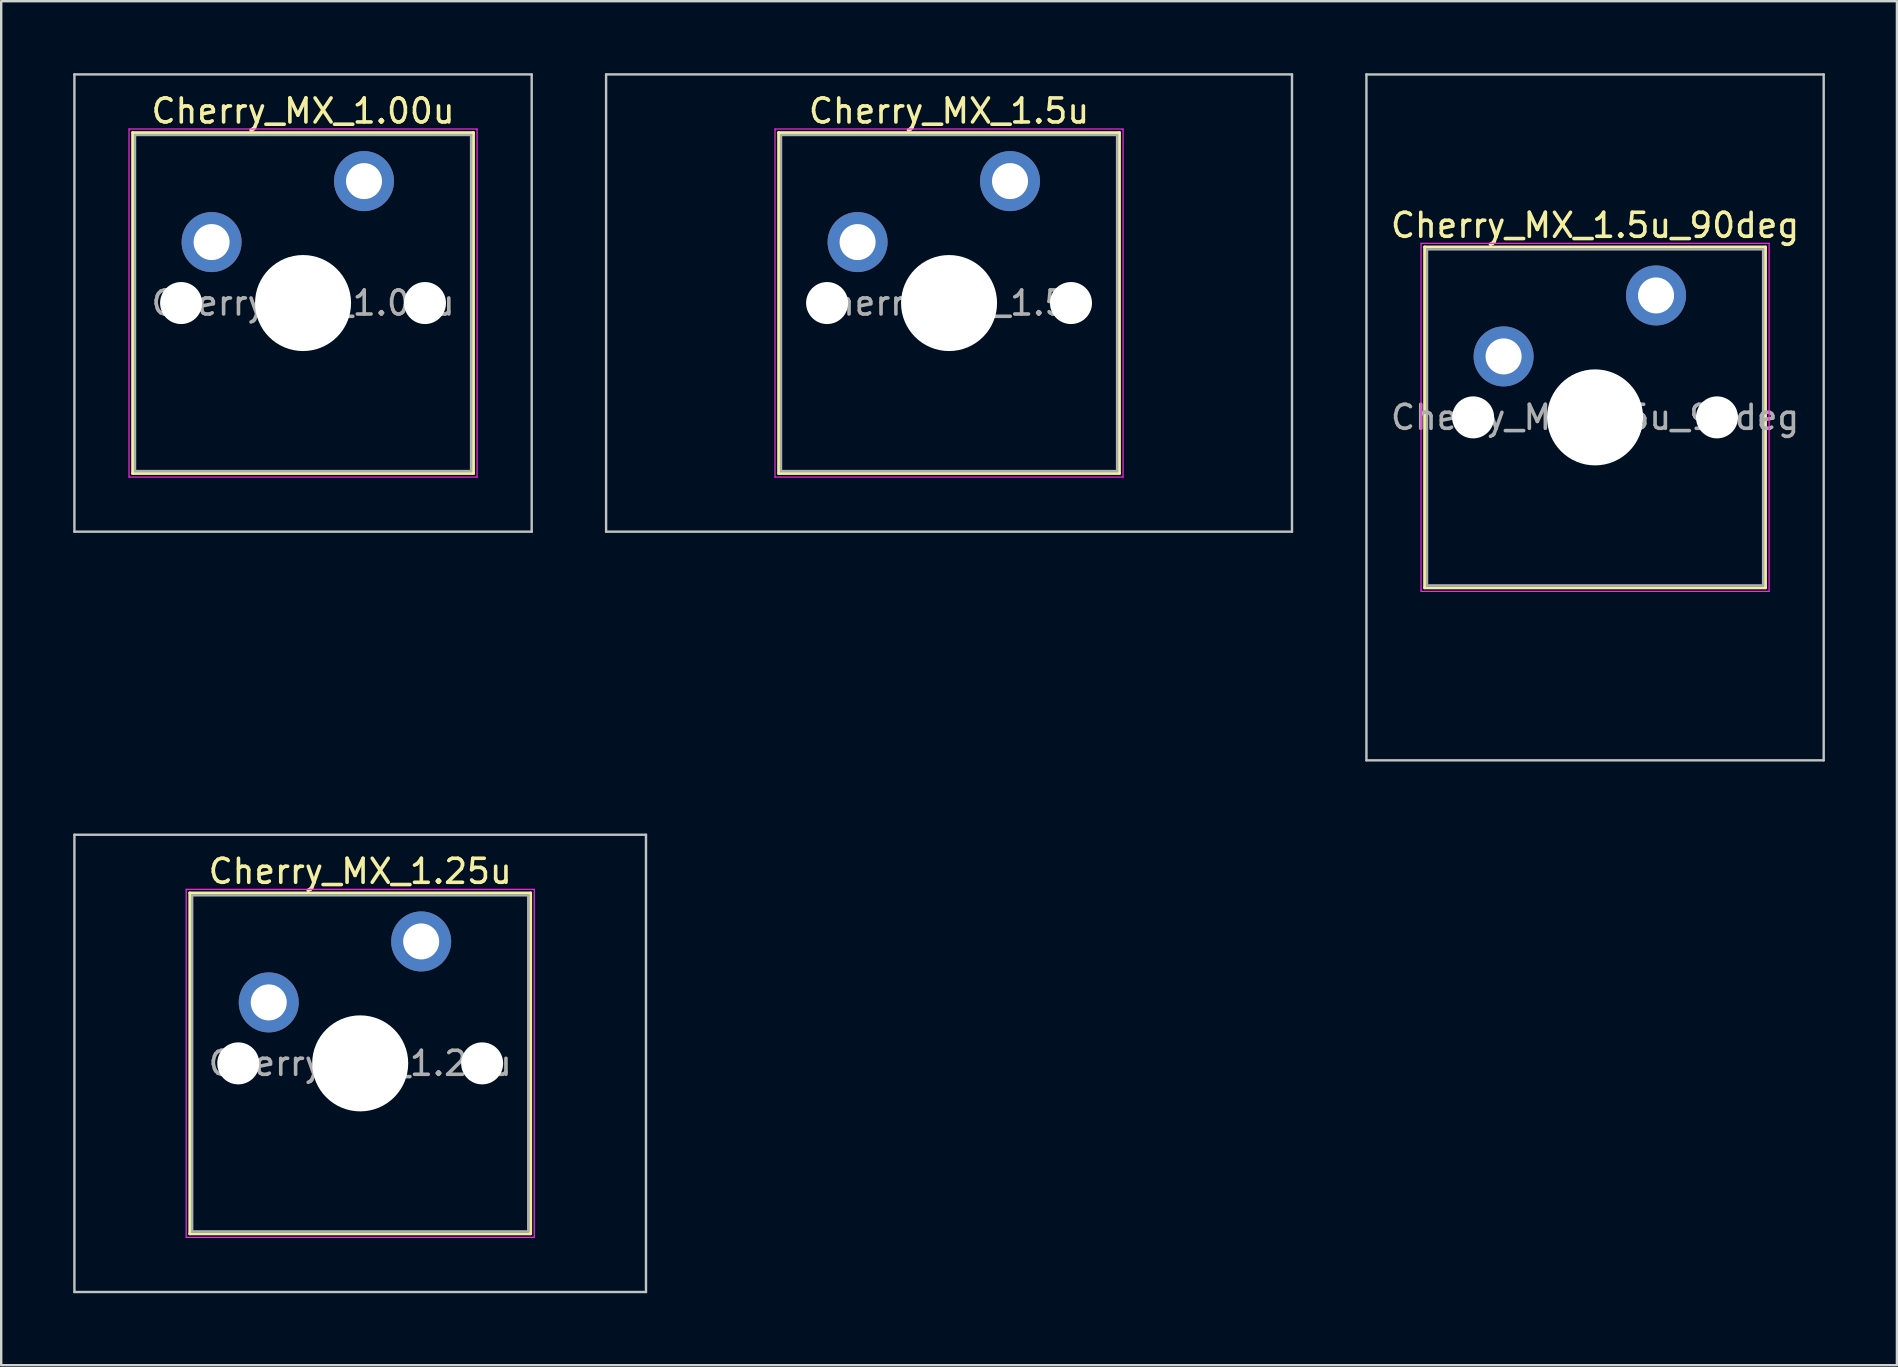
<source format=kicad_pcb>
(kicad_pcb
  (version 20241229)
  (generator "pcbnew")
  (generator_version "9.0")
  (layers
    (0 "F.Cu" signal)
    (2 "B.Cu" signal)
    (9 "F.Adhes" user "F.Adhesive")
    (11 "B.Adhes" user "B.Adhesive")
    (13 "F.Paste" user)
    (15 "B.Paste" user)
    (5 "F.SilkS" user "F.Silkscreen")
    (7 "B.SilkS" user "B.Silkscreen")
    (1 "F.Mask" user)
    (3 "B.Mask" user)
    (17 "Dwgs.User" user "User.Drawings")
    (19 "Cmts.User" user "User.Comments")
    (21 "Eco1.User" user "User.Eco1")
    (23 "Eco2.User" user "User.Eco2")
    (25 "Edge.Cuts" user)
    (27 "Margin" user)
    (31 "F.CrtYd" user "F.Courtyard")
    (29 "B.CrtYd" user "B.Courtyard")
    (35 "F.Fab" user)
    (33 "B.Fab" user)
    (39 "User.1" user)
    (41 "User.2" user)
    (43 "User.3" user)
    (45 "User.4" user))
  (footprint "Cherry_MX_1.5u_90deg"
    (layer "F.Cu")
    (at 63.4 14.338)
    (property "Reference" "Cherry_MX_1.5u_90deg" (at 0 -8 0) (layer "F.SilkS") (effects (font (size 1 1) (thickness 0.15))))
    (attr through_hole)
    (fp_line (start -7.1 -7.1) (end -7.1 7.1) (stroke (width 0.12) (type solid)) (layer "F.SilkS"))
    (fp_line (start -7.1 7.1) (end 7.1 7.1) (stroke (width 0.12) (type solid)) (layer "F.SilkS"))
    (fp_line (start 7.1 -7.1) (end -7.1 -7.1) (stroke (width 0.12) (type solid)) (layer "F.SilkS"))
    (fp_line (start 7.1 7.1) (end 7.1 -7.1) (stroke (width 0.12) (type solid)) (layer "F.SilkS"))
    (fp_line (start -9.525 -14.287) (end 9.525 -14.287) (stroke (width 0.1) (type solid)) (layer "Dwgs.User"))
    (fp_line (start -9.525 14.287) (end -9.525 -14.287) (stroke (width 0.1) (type solid)) (layer "Dwgs.User"))
    (fp_line (start 9.525 -14.287) (end 9.525 14.287) (stroke (width 0.1) (type solid)) (layer "Dwgs.User"))
    (fp_line (start 9.525 14.287) (end -9.525 14.287) (stroke (width 0.1) (type solid)) (layer "Dwgs.User"))
    (fp_line (start -7 -7) (end -7 7) (stroke (width 0.1) (type solid)) (layer "Eco1.User"))
    (fp_line (start -7 7) (end 7 7) (stroke (width 0.1) (type solid)) (layer "Eco1.User"))
    (fp_line (start 7 -7) (end -7 -7) (stroke (width 0.1) (type solid)) (layer "Eco1.User"))
    (fp_line (start 7 7) (end 7 -7) (stroke (width 0.1) (type solid)) (layer "Eco1.User"))
    (fp_line (start -7.25 -7.25) (end -7.25 7.25) (stroke (width 0.05) (type solid)) (layer "F.CrtYd"))
    (fp_line (start -7.25 7.25) (end 7.25 7.25) (stroke (width 0.05) (type solid)) (layer "F.CrtYd"))
    (fp_line (start 7.25 -7.25) (end -7.25 -7.25) (stroke (width 0.05) (type solid)) (layer "F.CrtYd"))
    (fp_line (start 7.25 7.25) (end 7.25 -7.25) (stroke (width 0.05) (type solid)) (layer "F.CrtYd"))
    (fp_line (start -7 -7) (end -7 7) (stroke (width 0.1) (type solid)) (layer "F.Fab"))
    (fp_line (start -7 7) (end 7 7) (stroke (width 0.1) (type solid)) (layer "F.Fab"))
    (fp_line (start 7 -7) (end -7 -7) (stroke (width 0.1) (type solid)) (layer "F.Fab"))
    (fp_line (start 7 7) (end 7 -7) (stroke (width 0.1) (type solid)) (layer "F.Fab"))
    (fp_text user "${REFERENCE}" (at 0 0 0) (layer "F.Fab") (effects (font (size 1 1) (thickness 0.15))))
    (pad "" np_thru_hole circle (at -5.08 0) (size 1.75 1.75) (drill 1.75) (layers "*.Cu" "*.Mask"))
    (pad "" np_thru_hole circle (at 0 0) (size 4 4) (drill 4) (layers "*.Cu" "*.Mask"))
    (pad "" np_thru_hole circle (at 5.08 0) (size 1.75 1.75) (drill 1.75) (layers "*.Cu" "*.Mask"))
    (pad "1" thru_hole circle (at -3.81 -2.54) (size 2.5 2.5) (drill 1.5) (layers "*.Cu" "*.Mask"))
    (pad "2" thru_hole circle (at 2.54 -5.08) (size 2.5 2.5) (drill 1.5) (layers "*.Cu" "*.Mask")))
  (footprint "Cherry_MX_1.25u"
    (layer "F.Cu")
    (at 11.956 41.25)
    (property "Reference" "Cherry_MX_1.25u" (at 0 -8 0) (layer "F.SilkS") (effects (font (size 1 1) (thickness 0.15))))
    (attr through_hole)
    (fp_line (start -7.1 -7.1) (end -7.1 7.1) (stroke (width 0.12) (type solid)) (layer "F.SilkS"))
    (fp_line (start -7.1 7.1) (end 7.1 7.1) (stroke (width 0.12) (type solid)) (layer "F.SilkS"))
    (fp_line (start 7.1 -7.1) (end -7.1 -7.1) (stroke (width 0.12) (type solid)) (layer "F.SilkS"))
    (fp_line (start 7.1 7.1) (end 7.1 -7.1) (stroke (width 0.12) (type solid)) (layer "F.SilkS"))
    (fp_line (start -11.906 -9.525) (end -11.906 9.525) (stroke (width 0.1) (type solid)) (layer "Dwgs.User"))
    (fp_line (start -11.906 9.525) (end 11.906 9.525) (stroke (width 0.1) (type solid)) (layer "Dwgs.User"))
    (fp_line (start 11.906 -9.525) (end -11.906 -9.525) (stroke (width 0.1) (type solid)) (layer "Dwgs.User"))
    (fp_line (start 11.906 9.525) (end 11.906 -9.525) (stroke (width 0.1) (type solid)) (layer "Dwgs.User"))
    (fp_line (start -7 -7) (end -7 7) (stroke (width 0.1) (type solid)) (layer "Eco1.User"))
    (fp_line (start -7 7) (end 7 7) (stroke (width 0.1) (type solid)) (layer "Eco1.User"))
    (fp_line (start 7 -7) (end -7 -7) (stroke (width 0.1) (type solid)) (layer "Eco1.User"))
    (fp_line (start 7 7) (end 7 -7) (stroke (width 0.1) (type solid)) (layer "Eco1.User"))
    (fp_line (start -7.25 -7.25) (end -7.25 7.25) (stroke (width 0.05) (type solid)) (layer "F.CrtYd"))
    (fp_line (start -7.25 7.25) (end 7.25 7.25) (stroke (width 0.05) (type solid)) (layer "F.CrtYd"))
    (fp_line (start 7.25 -7.25) (end -7.25 -7.25) (stroke (width 0.05) (type solid)) (layer "F.CrtYd"))
    (fp_line (start 7.25 7.25) (end 7.25 -7.25) (stroke (width 0.05) (type solid)) (layer "F.CrtYd"))
    (fp_line (start -7 -7) (end -7 7) (stroke (width 0.1) (type solid)) (layer "F.Fab"))
    (fp_line (start -7 7) (end 7 7) (stroke (width 0.1) (type solid)) (layer "F.Fab"))
    (fp_line (start 7 -7) (end -7 -7) (stroke (width 0.1) (type solid)) (layer "F.Fab"))
    (fp_line (start 7 7) (end 7 -7) (stroke (width 0.1) (type solid)) (layer "F.Fab"))
    (fp_text user "${REFERENCE}" (at 0 0 0) (layer "F.Fab") (effects (font (size 1 1) (thickness 0.15))))
    (pad "" np_thru_hole circle (at -5.08 0) (size 1.75 1.75) (drill 1.75) (layers "*.Cu" "*.Mask"))
    (pad "" np_thru_hole circle (at 0 0) (size 4 4) (drill 4) (layers "*.Cu" "*.Mask"))
    (pad "" np_thru_hole circle (at 5.08 0) (size 1.75 1.75) (drill 1.75) (layers "*.Cu" "*.Mask"))
    (pad "1" thru_hole circle (at -3.81 -2.54) (size 2.5 2.5) (drill 1.5) (layers "*.Cu" "*.Mask"))
    (pad "2" thru_hole circle (at 2.54 -5.08) (size 2.5 2.5) (drill 1.5) (layers "*.Cu" "*.Mask")))
  (footprint "Cherry_MX_1.00u"
    (layer "F.Cu")
    (at 9.575 9.575)
    (property "Reference" "Cherry_MX_1.00u" (at 0 -8 0) (layer "F.SilkS") (effects (font (size 1 1) (thickness 0.15))))
    (attr through_hole)
    (fp_line (start -7.1 -7.1) (end -7.1 7.1) (stroke (width 0.12) (type solid)) (layer "F.SilkS"))
    (fp_line (start -7.1 7.1) (end 7.1 7.1) (stroke (width 0.12) (type solid)) (layer "F.SilkS"))
    (fp_line (start 7.1 -7.1) (end -7.1 -7.1) (stroke (width 0.12) (type solid)) (layer "F.SilkS"))
    (fp_line (start 7.1 7.1) (end 7.1 -7.1) (stroke (width 0.12) (type solid)) (layer "F.SilkS"))
    (fp_line (start -9.525 -9.525) (end -9.525 9.525) (stroke (width 0.1) (type solid)) (layer "Dwgs.User"))
    (fp_line (start -9.525 9.525) (end 9.525 9.525) (stroke (width 0.1) (type solid)) (layer "Dwgs.User"))
    (fp_line (start 9.525 -9.525) (end -9.525 -9.525) (stroke (width 0.1) (type solid)) (layer "Dwgs.User"))
    (fp_line (start 9.525 9.525) (end 9.525 -9.525) (stroke (width 0.1) (type solid)) (layer "Dwgs.User"))
    (fp_line (start -7 -7) (end -7 7) (stroke (width 0.1) (type solid)) (layer "Eco1.User"))
    (fp_line (start -7 7) (end 7 7) (stroke (width 0.1) (type solid)) (layer "Eco1.User"))
    (fp_line (start 7 -7) (end -7 -7) (stroke (width 0.1) (type solid)) (layer "Eco1.User"))
    (fp_line (start 7 7) (end 7 -7) (stroke (width 0.1) (type solid)) (layer "Eco1.User"))
    (fp_line (start -7.25 -7.25) (end -7.25 7.25) (stroke (width 0.05) (type solid)) (layer "F.CrtYd"))
    (fp_line (start -7.25 7.25) (end 7.25 7.25) (stroke (width 0.05) (type solid)) (layer "F.CrtYd"))
    (fp_line (start 7.25 -7.25) (end -7.25 -7.25) (stroke (width 0.05) (type solid)) (layer "F.CrtYd"))
    (fp_line (start 7.25 7.25) (end 7.25 -7.25) (stroke (width 0.05) (type solid)) (layer "F.CrtYd"))
    (fp_line (start -7 -7) (end -7 7) (stroke (width 0.1) (type solid)) (layer "F.Fab"))
    (fp_line (start -7 7) (end 7 7) (stroke (width 0.1) (type solid)) (layer "F.Fab"))
    (fp_line (start 7 -7) (end -7 -7) (stroke (width 0.1) (type solid)) (layer "F.Fab"))
    (fp_line (start 7 7) (end 7 -7) (stroke (width 0.1) (type solid)) (layer "F.Fab"))
    (fp_text user "${REFERENCE}" (at 0 0 0) (layer "F.Fab") (effects (font (size 1 1) (thickness 0.15))))
    (pad "" np_thru_hole circle (at -5.08 0) (size 1.75 1.75) (drill 1.75) (layers "*.Cu" "*.Mask"))
    (pad "" np_thru_hole circle (at 0 0) (size 4 4) (drill 4) (layers "*.Cu" "*.Mask"))
    (pad "" np_thru_hole circle (at 5.08 0) (size 1.75 1.75) (drill 1.75) (layers "*.Cu" "*.Mask"))
    (pad "1" thru_hole circle (at -3.81 -2.54) (size 2.5 2.5) (drill 1.5) (layers "*.Cu" "*.Mask"))
    (pad "2" thru_hole circle (at 2.54 -5.08) (size 2.5 2.5) (drill 1.5) (layers "*.Cu" "*.Mask")))
  (footprint "Cherry_MX_1.5u"
    (layer "F.Cu")
    (at 36.487 9.575)
    (property "Reference" "Cherry_MX_1.5u" (at 0 -8 0) (layer "F.SilkS") (effects (font (size 1 1) (thickness 0.15))))
    (attr through_hole)
    (fp_line (start -7.1 -7.1) (end -7.1 7.1) (stroke (width 0.12) (type solid)) (layer "F.SilkS"))
    (fp_line (start -7.1 7.1) (end 7.1 7.1) (stroke (width 0.12) (type solid)) (layer "F.SilkS"))
    (fp_line (start 7.1 -7.1) (end -7.1 -7.1) (stroke (width 0.12) (type solid)) (layer "F.SilkS"))
    (fp_line (start 7.1 7.1) (end 7.1 -7.1) (stroke (width 0.12) (type solid)) (layer "F.SilkS"))
    (fp_line (start -14.287 -9.525) (end -14.287 9.525) (stroke (width 0.1) (type solid)) (layer "Dwgs.User"))
    (fp_line (start -14.287 9.525) (end 14.287 9.525) (stroke (width 0.1) (type solid)) (layer "Dwgs.User"))
    (fp_line (start 14.287 -9.525) (end -14.287 -9.525) (stroke (width 0.1) (type solid)) (layer "Dwgs.User"))
    (fp_line (start 14.287 9.525) (end 14.287 -9.525) (stroke (width 0.1) (type solid)) (layer "Dwgs.User"))
    (fp_line (start -7 -7) (end -7 7) (stroke (width 0.1) (type solid)) (layer "Eco1.User"))
    (fp_line (start -7 7) (end 7 7) (stroke (width 0.1) (type solid)) (layer "Eco1.User"))
    (fp_line (start 7 -7) (end -7 -7) (stroke (width 0.1) (type solid)) (layer "Eco1.User"))
    (fp_line (start 7 7) (end 7 -7) (stroke (width 0.1) (type solid)) (layer "Eco1.User"))
    (fp_line (start -7.25 -7.25) (end -7.25 7.25) (stroke (width 0.05) (type solid)) (layer "F.CrtYd"))
    (fp_line (start -7.25 7.25) (end 7.25 7.25) (stroke (width 0.05) (type solid)) (layer "F.CrtYd"))
    (fp_line (start 7.25 -7.25) (end -7.25 -7.25) (stroke (width 0.05) (type solid)) (layer "F.CrtYd"))
    (fp_line (start 7.25 7.25) (end 7.25 -7.25) (stroke (width 0.05) (type solid)) (layer "F.CrtYd"))
    (fp_line (start -7 -7) (end -7 7) (stroke (width 0.1) (type solid)) (layer "F.Fab"))
    (fp_line (start -7 7) (end 7 7) (stroke (width 0.1) (type solid)) (layer "F.Fab"))
    (fp_line (start 7 -7) (end -7 -7) (stroke (width 0.1) (type solid)) (layer "F.Fab"))
    (fp_line (start 7 7) (end 7 -7) (stroke (width 0.1) (type solid)) (layer "F.Fab"))
    (fp_text user "${REFERENCE}" (at 0 0 0) (layer "F.Fab") (effects (font (size 1 1) (thickness 0.15))))
    (pad "" np_thru_hole circle (at -5.08 0) (size 1.75 1.75) (drill 1.75) (layers "*.Cu" "*.Mask"))
    (pad "" np_thru_hole circle (at 0 0) (size 4 4) (drill 4) (layers "*.Cu" "*.Mask"))
    (pad "" np_thru_hole circle (at 5.08 0) (size 1.75 1.75) (drill 1.75) (layers "*.Cu" "*.Mask"))
    (pad "1" thru_hole circle (at -3.81 -2.54) (size 2.5 2.5) (drill 1.5) (layers "*.Cu" "*.Mask"))
    (pad "2" thru_hole circle (at 2.54 -5.08) (size 2.5 2.5) (drill 1.5) (layers "*.Cu" "*.Mask")))
  (gr_rect
    (start -3 -3)
    (end 75.975 53.825)
    (stroke (width 0.1) (type default))
    (fill no)
    (layer "Edge.Cuts")))
</source>
